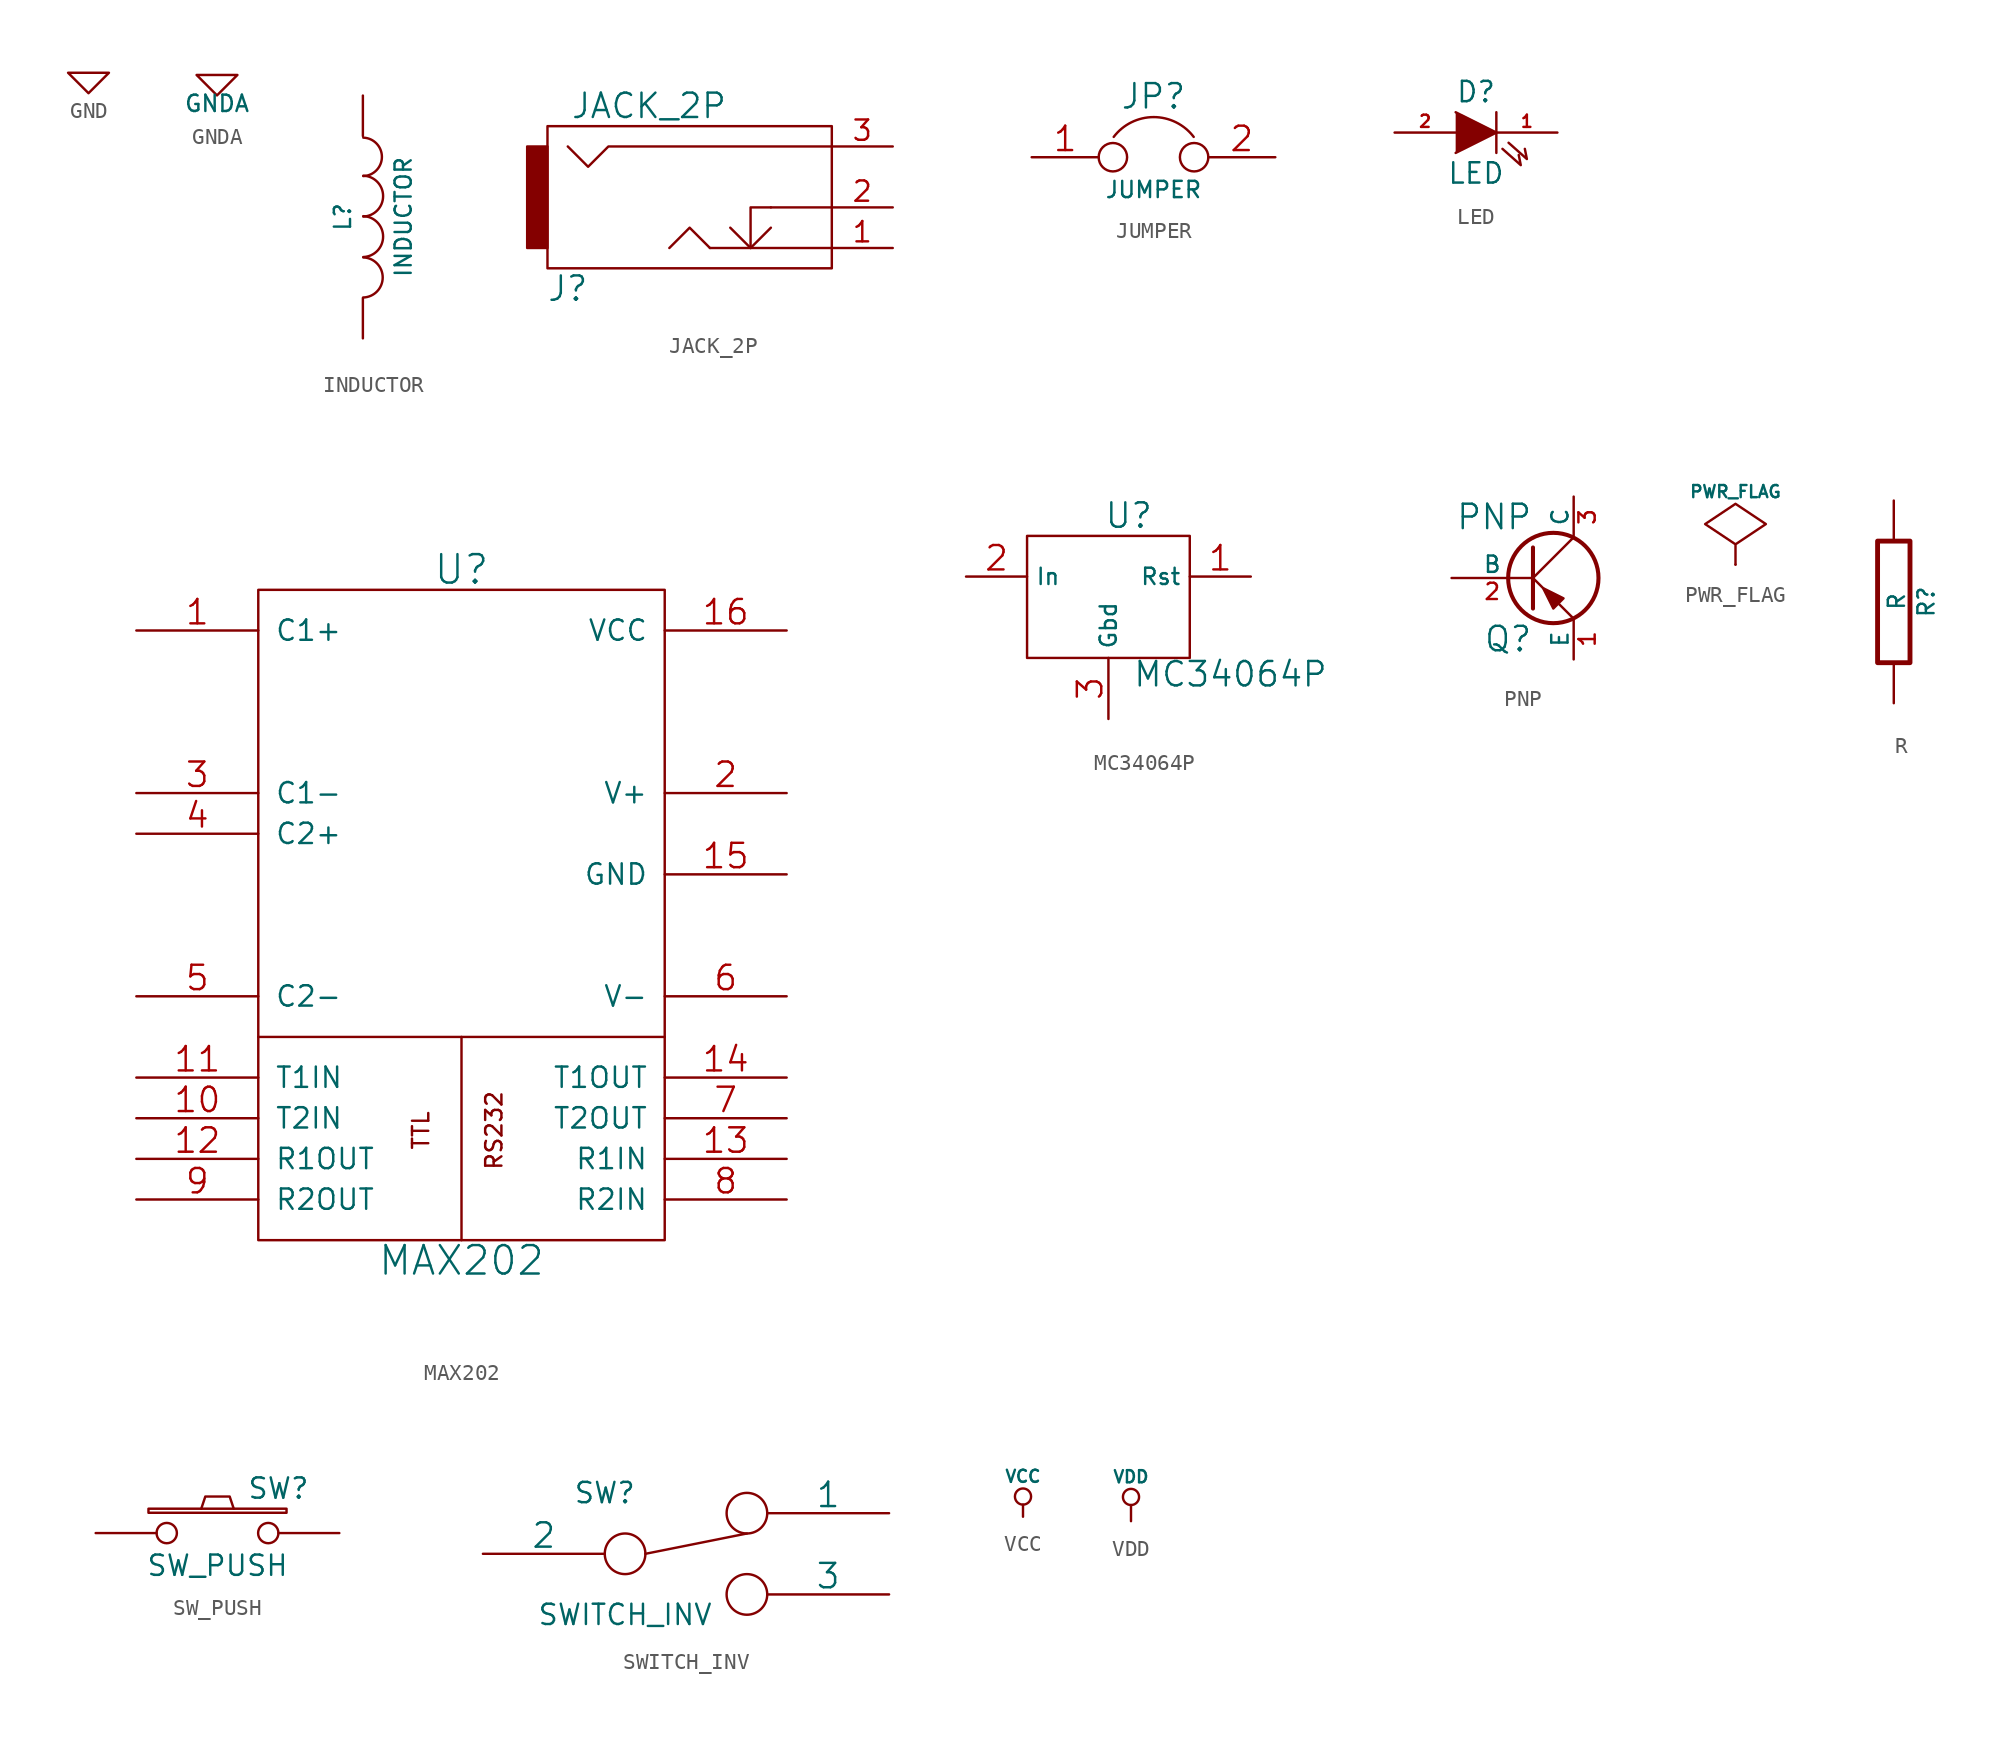
<source format=kicad_sym>
(kicad_symbol_lib
  (version 20241209)
  (generator "kicad_symbol_editor")
  (generator_version "9.0")
  (symbol "GND"
    (power)
    (pin_names
      (offset 0))
    (property "Reference" "#PWR"
      (at 0 0 0)
      (effects (font (size 0.762 0.762)) (hide yes)))
    (property "Footprint" ""
      (at 0 0 0)
      (effects (font (size 1.524 1.524))))
    (property "Datasheet" ""
      (at 0 0 0)
      (effects (font (size 1.524 1.524))))
    (symbol "GND_0_1"
      (polyline (pts (xy -1.27 0) (xy 0 -1.27) (xy 1.27 0) (xy -1.27 0)) (stroke (width 0) (type default)) (fill (type none))))
    (symbol "GND_1_1"
      (pin power_in line (at 0 0 90) (length 0) (hide yes) (name "GND" (effects (font (size 0.762 0.762)))) (number "1" (effects (font (size 0.762 0.762)))))))
  (symbol "GNDA"
    (power)
    (pin_names
      (offset 0))
    (property "Reference" "#PWR"
      (at 0 0 0)
      (effects (font (size 1.016 1.016)) (hide yes)))
    (property "Value" "GNDA"
      (at 0 -1.778 0)
      (effects (font (size 1.016 1.016))))
    (property "Footprint" ""
      (at 0 0 0)
      (effects (font (size 1.524 1.524))))
    (property "Datasheet" ""
      (at 0 0 0)
      (effects (font (size 1.524 1.524))))
    (symbol "GNDA_0_1"
      (polyline (pts (xy -1.27 0) (xy 0 -1.27) (xy 1.27 0) (xy -1.27 0)) (stroke (width 0) (type default)) (fill (type none))))
    (symbol "GNDA_1_1"
      (pin power_in line (at 0 0 90) (length 0) (hide yes) (name "GNDA" (effects (font (size 1.016 1.016)))) (number "1" (effects (font (size 1.016 1.016)))))))
  (symbol "INDUCTOR"
    (pin_numbers
      (hide yes))
    (pin_names
      (offset 1.016)
      (hide yes))
    (property "Reference" "L"
      (at -1.27 0 90)
      (effects (font (size 1.016 1.016))))
    (property "Value" "INDUCTOR"
      (at 2.54 0 90)
      (effects (font (size 1.016 1.016))))
    (property "Footprint" ""
      (at 0 0 0)
      (effects (font (size 1.524 1.524))))
    (property "Datasheet" ""
      (at 0 0 0)
      (effects (font (size 1.524 1.524))))
    (symbol "INDUCTOR_0_1"
      (arc (start 0.0254 4.9784) (mid 1.1942 3.7719) (end 0.0254 2.5654) (stroke (width 0) (type default)) (fill (type none)))
      (arc (start 0.0254 2.5908) (mid 1.2704 1.3081) (end 0.0254 0.0254) (stroke (width 0) (type default)) (fill (type none)))
      (arc (start 0.0254 0.0508) (mid 1.2704 -1.2319) (end 0.0254 -2.5146) (stroke (width 0) (type default)) (fill (type none)))
      (arc (start 0.0254 -2.54) (mid 1.245 -3.7973) (end 0.0254 -5.0546) (stroke (width 0) (type default)) (fill (type none))))
    (symbol "INDUCTOR_1_1"
      (pin passive line (at 0 7.62 270) (length 2.54) (name "1" (effects (font (size 1.778 1.778)))) (number "1" (effects (font (size 1.778 1.778)))))
      (pin passive line (at 0 -7.62 90) (length 2.54) (name "2" (effects (font (size 1.778 1.778)))) (number "2" (effects (font (size 1.778 1.778)))))))
  (symbol "JACK_2P"
    (pin_names
      (offset 1.016))
    (property "Reference" "J"
      (at -8.89 -5.08 0)
      (effects (font (size 1.524 1.524))))
    (property "Value" "JACK_2P"
      (at -3.81 6.35 0)
      (effects (font (size 1.524 1.524))))
    (property "Footprint" ""
      (at 0 0 0)
      (effects (font (size 1.524 1.524))))
    (property "Datasheet" ""
      (at 0 0 0)
      (effects (font (size 1.524 1.524))))
    (symbol "JACK_2P_0_1"
      (rectangle (start -11.43 3.81) (end -10.16 -2.54) (stroke (width 0) (type default)) (fill (type outline)))
      (polyline (pts (xy 0 -2.54) (xy -1.27 -1.27) (xy -2.54 -2.54) (xy -2.54 -2.54)) (stroke (width 0) (type default)) (fill (type none)))
      (polyline (pts (xy 0 -2.54) (xy 7.62 -2.54) (xy 7.62 -2.54) (xy 7.62 -2.54)) (stroke (width 0) (type default)) (fill (type none)))
      (polyline (pts (xy 1.27 -1.27) (xy 2.54 -2.54) (xy 3.81 -1.27) (xy 3.81 -1.27)) (stroke (width 0) (type default)) (fill (type none)))
      (polyline (pts (xy 3.81 0) (xy 7.62 0) (xy 7.62 0)) (stroke (width 0) (type default)) (fill (type none)))
      (polyline (pts (xy 3.81 0) (xy 2.54 0) (xy 2.54 -2.54) (xy 2.54 -2.54)) (stroke (width 0) (type default)) (fill (type none)))
      (polyline (pts (xy 7.62 3.81) (xy -6.35 3.81) (xy -7.62 2.54) (xy -8.89 3.81) (xy -8.89 3.81)) (stroke (width 0) (type default)) (fill (type none)))
      (rectangle (start 7.62 -3.81) (end -10.16 5.08) (stroke (width 0) (type default)) (fill (type none))))
    (symbol "JACK_2P_1_1"
      (pin passive line (at 11.43 3.81 180) (length 3.81) (name "~" (effects (font (size 1.27 1.27)))) (number "3" (effects (font (size 1.27 1.27)))))
      (pin passive line (at 11.43 0 180) (length 3.81) (name "~" (effects (font (size 1.27 1.27)))) (number "2" (effects (font (size 1.27 1.27)))))
      (pin passive line (at 11.43 -2.54 180) (length 3.81) (name "~" (effects (font (size 1.27 1.27)))) (number "1" (effects (font (size 1.27 1.27)))))))
  (symbol "JUMPER"
    (pin_names
      (offset 0.762)
      (hide yes))
    (property "Reference" "JP"
      (at 0 3.81 0)
      (effects (font (size 1.524 1.524))))
    (property "Value" "JUMPER"
      (at 0 -2.032 0)
      (effects (font (size 1.016 1.016))))
    (property "Footprint" ""
      (at 0 0 0)
      (effects (font (size 1.524 1.524))))
    (property "Datasheet" ""
      (at 0 0 0)
      (effects (font (size 1.524 1.524))))
    (symbol "JUMPER_0_1"
      (circle (center -2.54 0) (radius 0.889) (stroke (width 0) (type default)) (fill (type none)))
      (arc (start -2.4892 1.27) (mid 0.0127 2.5097) (end 2.5146 1.27) (stroke (width 0) (type default)) (fill (type none)))
      (circle (center 2.54 0) (radius 0.889) (stroke (width 0) (type default)) (fill (type none)))
      (pin passive line (at -7.62 0 0) (length 4.191) (name "1" (effects (font (size 1.524 1.524)))) (number "1" (effects (font (size 1.524 1.524)))))
      (pin passive line (at 7.62 0 180) (length 4.191) (name "2" (effects (font (size 1.524 1.524)))) (number "2" (effects (font (size 1.524 1.524)))))))
  (symbol "LED"
    (pin_names
      (offset 1.016)
      (hide yes))
    (property "Reference" "D"
      (at 0 2.54 0)
      (effects (font (size 1.27 1.27))))
    (property "Value" "LED"
      (at 0 -2.54 0)
      (effects (font (size 1.27 1.27))))
    (property "Footprint" ""
      (at 0 0 0)
      (effects (font (size 1.524 1.524))))
    (property "Datasheet" ""
      (at 0 0 0)
      (effects (font (size 1.524 1.524))))
    (symbol "LED_0_1"
      (polyline (pts (xy -1.27 1.27) (xy 1.27 0) (xy -1.27 -1.27)) (stroke (width 0) (type default)) (fill (type outline)))
      (polyline (pts (xy 1.27 1.27) (xy 1.27 -1.27)) (stroke (width 0) (type default)) (fill (type none)))
      (polyline (pts (xy 1.651 -1.016) (xy 2.794 -2.032) (xy 2.667 -1.397)) (stroke (width 0) (type default)) (fill (type none)))
      (polyline (pts (xy 2.032 -0.635) (xy 3.175 -1.651) (xy 3.048 -1.016)) (stroke (width 0) (type default)) (fill (type none))))
    (symbol "LED_1_1"
      (pin passive line (at -5.08 0 0) (length 3.81) (name "A" (effects (font (size 0.762 0.762)))) (number "2" (effects (font (size 0.762 0.762)))))
      (pin passive line (at 5.08 0 180) (length 3.81) (name "K" (effects (font (size 0.762 0.762)))) (number "1" (effects (font (size 0.762 0.762)))))))
  (symbol "MAX202"
    (pin_names
      (offset 1.016))
    (property "Reference" "U"
      (at 0 21.59 0)
      (effects (font (size 1.778 1.778))))
    (property "Value" "MAX202"
      (at 0 -21.59 0)
      (effects (font (size 1.778 1.778))))
    (property "Footprint" ""
      (at 0 0 0)
      (effects (font (size 1.524 1.524))))
    (property "Datasheet" ""
      (at 0 0 0)
      (effects (font (size 1.524 1.524))))
    (symbol "MAX202_0_0"
      (text "TTL" (at -2.54 -13.462 900) (effects (font (size 1.016 1.016))))
      (text "RS232" (at 2.032 -13.462 900) (effects (font (size 1.016 1.016)))))
    (symbol "MAX202_0_1"
      (polyline (pts (xy -12.7 -7.62) (xy 12.7 -7.62) (xy 12.7 -7.62)) (stroke (width 0) (type default)) (fill (type none)))
      (rectangle (start -12.7 -20.32) (end 12.7 20.32) (stroke (width 0) (type default)) (fill (type none)))
      (polyline (pts (xy 0 -7.62) (xy 0 -20.32) (xy 0 -20.32)) (stroke (width 0) (type default)) (fill (type none))))
    (symbol "MAX202_1_1"
      (pin input line (at -20.32 17.78 0) (length 7.62) (name "C1+" (effects (font (size 1.27 1.27)))) (number "1" (effects (font (size 1.524 1.524)))))
      (pin input line (at -20.32 7.62 0) (length 7.62) (name "C1-" (effects (font (size 1.27 1.27)))) (number "3" (effects (font (size 1.524 1.524)))))
      (pin input line (at -20.32 5.08 0) (length 7.62) (name "C2+" (effects (font (size 1.27 1.27)))) (number "4" (effects (font (size 1.524 1.524)))))
      (pin input line (at -20.32 -5.08 0) (length 7.62) (name "C2-" (effects (font (size 1.27 1.27)))) (number "5" (effects (font (size 1.524 1.524)))))
      (pin input line (at -20.32 -10.16 0) (length 7.62) (name "T1IN" (effects (font (size 1.27 1.27)))) (number "11" (effects (font (size 1.524 1.524)))))
      (pin input line (at -20.32 -12.7 0) (length 7.62) (name "T2IN" (effects (font (size 1.27 1.27)))) (number "10" (effects (font (size 1.524 1.524)))))
      (pin output line (at -20.32 -15.24 0) (length 7.62) (name "R1OUT" (effects (font (size 1.27 1.27)))) (number "12" (effects (font (size 1.524 1.524)))))
      (pin output line (at -20.32 -17.78 0) (length 7.62) (name "R2OUT" (effects (font (size 1.27 1.27)))) (number "9" (effects (font (size 1.524 1.524)))))
      (pin power_in line (at 20.32 17.78 180) (length 7.62) (name "VCC" (effects (font (size 1.27 1.27)))) (number "16" (effects (font (size 1.524 1.524)))))
      (pin power_out line (at 20.32 7.62 180) (length 7.62) (name "V+" (effects (font (size 1.27 1.27)))) (number "2" (effects (font (size 1.524 1.524)))))
      (pin power_in line (at 20.32 2.54 180) (length 7.62) (name "GND" (effects (font (size 1.27 1.27)))) (number "15" (effects (font (size 1.524 1.524)))))
      (pin power_out line (at 20.32 -5.08 180) (length 7.62) (name "V-" (effects (font (size 1.27 1.27)))) (number "6" (effects (font (size 1.524 1.524)))))
      (pin output line (at 20.32 -10.16 180) (length 7.62) (name "T1OUT" (effects (font (size 1.27 1.27)))) (number "14" (effects (font (size 1.524 1.524)))))
      (pin output line (at 20.32 -12.7 180) (length 7.62) (name "T2OUT" (effects (font (size 1.27 1.27)))) (number "7" (effects (font (size 1.524 1.524)))))
      (pin input line (at 20.32 -15.24 180) (length 7.62) (name "R1IN" (effects (font (size 1.27 1.27)))) (number "13" (effects (font (size 1.524 1.524)))))
      (pin input line (at 20.32 -17.78 180) (length 7.62) (name "R2IN" (effects (font (size 1.27 1.27)))) (number "8" (effects (font (size 1.524 1.524)))))))
  (symbol "MC34064P"
    (property "Reference" "U"
      (at 1.27 5.08 0)
      (effects (font (size 1.524 1.524))))
    (property "Value" "MC34064P"
      (at 7.62 -4.826 0)
      (effects (font (size 1.524 1.524))))
    (property "Footprint" ""
      (at 0 0 0)
      (effects (font (size 1.524 1.524))))
    (property "Datasheet" ""
      (at 0 0 0)
      (effects (font (size 1.524 1.524))))
    (symbol "MC34064P_0_1"
      (rectangle (start -5.08 -3.81) (end 5.08 3.81) (stroke (width 0) (type default)) (fill (type none))))
    (symbol "MC34064P_1_1"
      (pin input line (at -8.89 1.27 0) (length 3.81) (name "In" (effects (font (size 1.016 1.016)))) (number "2" (effects (font (size 1.524 1.524)))))
      (pin input line (at 0 -7.62 90) (length 3.81) (name "Gbd" (effects (font (size 1.016 1.016)))) (number "3" (effects (font (size 1.524 1.524)))))
      (pin open_collector line (at 8.89 1.27 180) (length 3.81) (name "Rst" (effects (font (size 1.016 1.016)))) (number "1" (effects (font (size 1.524 1.524)))))))
  (symbol "PNP"
    (pin_names
      (offset 0))
    (property "Reference" "Q"
      (at 0 -3.81 0)
      (effects (font (size 1.524 1.524)) (justify right)))
    (property "Value" "PNP"
      (at 0 3.81 0)
      (effects (font (size 1.524 1.524)) (justify right)))
    (property "Footprint" ""
      (at 0 0 0)
      (effects (font (size 1.524 1.524))))
    (property "Datasheet" ""
      (at 0 0 0)
      (effects (font (size 1.524 1.524))))
    (symbol "PNP_0_1"
      (polyline (pts (xy 0 1.905) (xy 0 -1.905) (xy 0 -1.905)) (stroke (width 0.254) (type default)) (fill (type outline)))
      (polyline (pts (xy 0 0) (xy 2.54 2.54)) (stroke (width 0) (type default)) (fill (type none)))
      (polyline (pts (xy 0.635 -0.635) (xy 0 0) (xy 0 0)) (stroke (width 0) (type default)) (fill (type none)))
      (polyline (pts (xy 0.635 -0.635) (xy 1.27 -1.905) (xy 1.905 -1.27) (xy 0.635 -0.635) (xy 0.635 -0.635)) (stroke (width 0) (type default)) (fill (type outline)))
      (circle (center 1.27 0) (radius 2.819) (stroke (width 0.254) (type default)) (fill (type none)))
      (polyline (pts (xy 2.54 -2.54) (xy 1.651 -1.651) (xy 1.651 -1.651)) (stroke (width 0) (type default)) (fill (type none))))
    (symbol "PNP_1_1"
      (pin input line (at -5.08 0 0) (length 5.08) (name "B" (effects (font (size 1.016 1.016)))) (number "2" (effects (font (size 1.016 1.016)))))
      (pin passive line (at 2.54 5.08 270) (length 2.54) (name "C" (effects (font (size 1.016 1.016)))) (number "3" (effects (font (size 1.016 1.016)))))
      (pin passive line (at 2.54 -5.08 90) (length 2.54) (name "E" (effects (font (size 1.016 1.016)))) (number "1" (effects (font (size 1.016 1.016)))))))
  (symbol "PWR_FLAG"
    (power)
    (pin_numbers
      (hide yes))
    (pin_names
      (offset 0)
      (hide yes))
    (property "Reference" "#FLG"
      (at 0 2.413 0)
      (effects (font (size 0.762 0.762)) (hide yes)))
    (property "Value" "PWR_FLAG"
      (at 0 4.572 0)
      (effects (font (size 0.762 0.762))))
    (property "Footprint" ""
      (at 0 0 0)
      (effects (font (size 1.524 1.524))))
    (property "Datasheet" ""
      (at 0 0 0)
      (effects (font (size 1.524 1.524))))
    (symbol "PWR_FLAG_0_0"
      (pin power_out line (at 0 0 90) (length 0) (name "pwr" (effects (font (size 0.508 0.508)))) (number "1" (effects (font (size 0.508 0.508))))))
    (symbol "PWR_FLAG_0_1"
      (polyline (pts (xy 0 0) (xy 0 1.27) (xy -1.905 2.54) (xy 0 3.81) (xy 1.905 2.54) (xy 0 1.27)) (stroke (width 0) (type default)) (fill (type none)))))
  (symbol "R"
    (pin_numbers
      (hide yes))
    (pin_names
      (offset 0))
    (property "Reference" "R"
      (at 2.032 0 90)
      (effects (font (size 1.016 1.016))))
    (property "Value" "R"
      (at 0.178 0.025 90)
      (effects (font (size 1.016 1.016))))
    (property "Footprint" ""
      (at -1.778 0 90)
      (effects (font (size 0.762 0.762))))
    (property "Datasheet" ""
      (at 0 0 0)
      (effects (font (size 0.762 0.762))))
    (symbol "R_0_1"
      (rectangle (start -1.016 3.81) (end 1.016 -3.81) (stroke (width 0.305) (type default)) (fill (type none))))
    (symbol "R_1_1"
      (pin passive line (at 0 6.35 270) (length 2.54) (name "~" (effects (font (size 1.524 1.524)))) (number "1" (effects (font (size 1.524 1.524)))))
      (pin passive line (at 0 -6.35 90) (length 2.54) (name "~" (effects (font (size 1.524 1.524)))) (number "2" (effects (font (size 1.524 1.524)))))))
  (symbol "SW_PUSH"
    (pin_numbers
      (hide yes))
    (pin_names
      (offset 1.016)
      (hide yes))
    (property "Reference" "SW"
      (at 3.81 2.794 0)
      (effects (font (size 1.27 1.27))))
    (property "Value" "SW_PUSH"
      (at 0 -2.032 0)
      (effects (font (size 1.27 1.27))))
    (property "Footprint" ""
      (at 0 0 0)
      (effects (font (size 1.524 1.524))))
    (property "Datasheet" ""
      (at 0 0 0)
      (effects (font (size 1.524 1.524))))
    (symbol "SW_PUSH_0_1"
      (rectangle (start -4.318 1.27) (end 4.318 1.524) (stroke (width 0) (type default)) (fill (type none)))
      (polyline (pts (xy -1.016 1.524) (xy -0.762 2.286) (xy 0.762 2.286) (xy 1.016 1.524)) (stroke (width 0) (type default)) (fill (type none)))
      (pin passive inverted (at -7.62 0 0) (length 5.08) (name "1" (effects (font (size 1.524 1.524)))) (number "1" (effects (font (size 1.524 1.524)))))
      (pin passive inverted (at 7.62 0 180) (length 5.08) (name "2" (effects (font (size 1.524 1.524)))) (number "2" (effects (font (size 1.524 1.524)))))))
  (symbol "SWITCH_INV"
    (pin_numbers
      (hide yes))
    (pin_names
      (offset 0))
    (property "Reference" "SW"
      (at -5.08 3.81 0)
      (effects (font (size 1.27 1.27))))
    (property "Value" "SWITCH_INV"
      (at -3.81 -3.81 0)
      (effects (font (size 1.27 1.27))))
    (property "Footprint" ""
      (at 0 0 0)
      (effects (font (size 1.524 1.524))))
    (property "Datasheet" ""
      (at 0 0 0)
      (effects (font (size 1.524 1.524))))
    (symbol "SWITCH_INV_0_0"
      (circle (center -3.81 0) (radius 1.27) (stroke (width 0) (type default)) (fill (type none)))
      (circle (center 3.81 -2.54) (radius 1.27) (stroke (width 0) (type default)) (fill (type none))))
    (symbol "SWITCH_INV_0_1"
      (polyline (pts (xy -2.54 0) (xy 3.81 1.27)) (stroke (width 0) (type default)) (fill (type none)))
      (circle (center 3.81 2.54) (radius 1.27) (stroke (width 0) (type default)) (fill (type none))))
    (symbol "SWITCH_INV_1_1"
      (pin passive line (at -12.7 0 0) (length 7.62) (name "2" (effects (font (size 1.524 1.524)))) (number "2" (effects (font (size 1.524 1.524)))))
      (pin passive line (at 12.7 2.54 180) (length 7.62) (name "1" (effects (font (size 1.524 1.524)))) (number "1" (effects (font (size 1.524 1.524)))))
      (pin passive line (at 12.7 -2.54 180) (length 7.62) (name "3" (effects (font (size 1.524 1.524)))) (number "3" (effects (font (size 1.524 1.524)))))))
  (symbol "VCC"
    (power)
    (pin_names
      (offset 0))
    (property "Reference" "#PWR"
      (at 0 2.54 0)
      (effects (font (size 0.762 0.762)) (hide yes)))
    (property "Value" "VCC"
      (at 0 2.54 0)
      (effects (font (size 0.762 0.762))))
    (property "Footprint" ""
      (at 0 0 0)
      (effects (font (size 1.524 1.524))))
    (property "Datasheet" ""
      (at 0 0 0)
      (effects (font (size 1.524 1.524))))
    (symbol "VCC_0_0"
      (pin power_in line (at 0 0 90) (length 0) (hide yes) (name "VCC" (effects (font (size 0.508 0.508)))) (number "1" (effects (font (size 0.508 0.508))))))
    (symbol "VCC_0_1"
      (circle (center 0 1.27) (radius 0.508) (stroke (width 0) (type default)) (fill (type none)))
      (polyline (pts (xy 0 0) (xy 0 0.762) (xy 0 0.762)) (stroke (width 0) (type default)) (fill (type none)))))
  (symbol "VDD"
    (power)
    (pin_names
      (offset 0))
    (property "Reference" "#PWR"
      (at 0 2.54 0)
      (effects (font (size 0.762 0.762)) (hide yes)))
    (property "Value" "VDD"
      (at 0 2.794 0)
      (effects (font (size 0.762 0.762))))
    (property "Footprint" ""
      (at 0 0 0)
      (effects (font (size 1.524 1.524))))
    (property "Datasheet" ""
      (at 0 0 0)
      (effects (font (size 1.524 1.524))))
    (symbol "VDD_0_0"
      (pin power_in line (at 0 0 90) (length 0) (hide yes) (name "VDD" (effects (font (size 1.016 1.016)))) (number "1" (effects (font (size 1.016 1.016))))))
    (symbol "VDD_0_1"
      (circle (center 0 1.524) (radius 0.508) (stroke (width 0) (type default)) (fill (type none)))
      (polyline (pts (xy 0 0) (xy 0 1.016) (xy 0 1.016)) (stroke (width 0) (type default)) (fill (type none))))))
</source>
